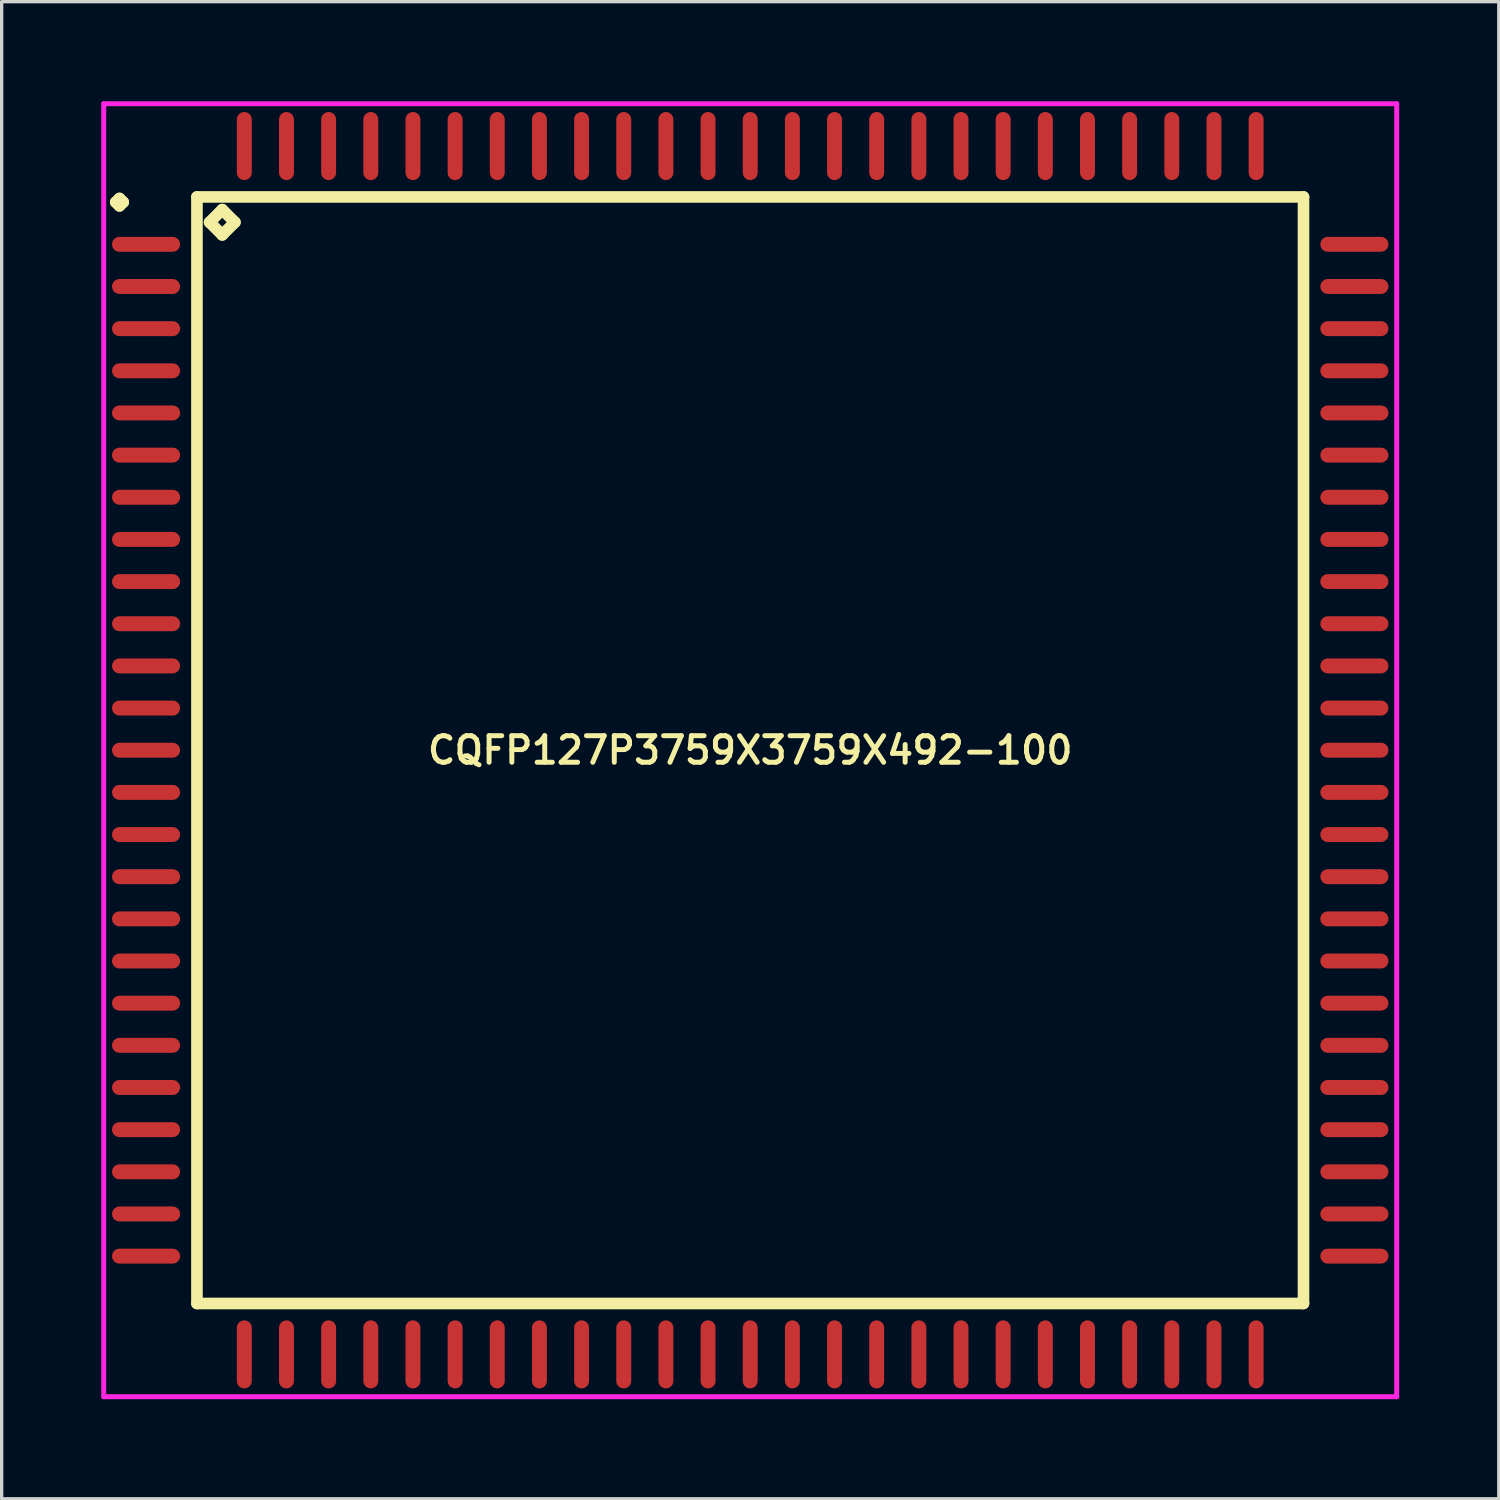
<source format=kicad_pcb>
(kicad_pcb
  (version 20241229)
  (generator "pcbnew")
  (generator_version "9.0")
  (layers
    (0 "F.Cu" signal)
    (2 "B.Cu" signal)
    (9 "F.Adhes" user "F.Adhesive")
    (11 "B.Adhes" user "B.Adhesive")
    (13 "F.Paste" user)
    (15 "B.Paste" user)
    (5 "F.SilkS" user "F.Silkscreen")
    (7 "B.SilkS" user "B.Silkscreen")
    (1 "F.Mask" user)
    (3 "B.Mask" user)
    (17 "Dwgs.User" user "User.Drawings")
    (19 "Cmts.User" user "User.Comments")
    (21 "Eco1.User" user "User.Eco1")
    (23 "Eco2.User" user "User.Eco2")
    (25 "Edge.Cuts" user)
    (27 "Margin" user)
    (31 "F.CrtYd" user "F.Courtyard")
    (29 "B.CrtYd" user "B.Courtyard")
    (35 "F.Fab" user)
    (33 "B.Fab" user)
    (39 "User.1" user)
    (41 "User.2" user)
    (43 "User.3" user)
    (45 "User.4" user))
  (footprint "CQFP127P3759X3759X492-100"
    (layer "F.Cu")
    (at 19.55 19.55)
    (property "Reference" "CQFP127P3759X3759X492-100" (at 0 0 0) (layer "F.SilkS") (effects (font (size 0.8 0.8) (thickness 0.15))))
    (attr smd)
    (fp_line (start -19.113 -16.51) (end -19 -16.622) (stroke (width 0.35) (type solid)) (layer "F.SilkS"))
    (fp_line (start -19 -16.622) (end -18.887 -16.51) (stroke (width 0.35) (type solid)) (layer "F.SilkS"))
    (fp_line (start -19 -16.398) (end -19.113 -16.51) (stroke (width 0.35) (type solid)) (layer "F.SilkS"))
    (fp_line (start -18.887 -16.51) (end -19 -16.398) (stroke (width 0.35) (type solid)) (layer "F.SilkS"))
    (fp_line (start -16.667 -16.667) (end -16.667 16.667) (stroke (width 0.35) (type solid)) (layer "F.SilkS"))
    (fp_line (start -16.667 16.667) (end 16.667 16.667) (stroke (width 0.35) (type solid)) (layer "F.SilkS"))
    (fp_line (start -16.286 -15.905) (end -15.905 -16.286) (stroke (width 0.35) (type solid)) (layer "F.SilkS"))
    (fp_line (start -15.905 -16.286) (end -15.524 -15.905) (stroke (width 0.35) (type solid)) (layer "F.SilkS"))
    (fp_line (start -15.905 -15.524) (end -16.286 -15.905) (stroke (width 0.35) (type solid)) (layer "F.SilkS"))
    (fp_line (start -15.524 -15.905) (end -15.905 -15.524) (stroke (width 0.35) (type solid)) (layer "F.SilkS"))
    (fp_line (start 16.667 -16.667) (end -16.667 -16.667) (stroke (width 0.35) (type solid)) (layer "F.SilkS"))
    (fp_line (start 16.667 16.667) (end 16.667 -16.667) (stroke (width 0.35) (type solid)) (layer "F.SilkS"))
    (fp_line (start -19.475 -19.475) (end 19.475 -19.475) (stroke (width 0.15) (type solid)) (layer "F.CrtYd"))
    (fp_line (start -19.475 19.475) (end -19.475 -19.475) (stroke (width 0.15) (type solid)) (layer "F.CrtYd"))
    (fp_line (start 19.475 -19.475) (end 19.475 19.475) (stroke (width 0.15) (type solid)) (layer "F.CrtYd"))
    (fp_line (start 19.475 19.475) (end -19.475 19.475) (stroke (width 0.15) (type solid)) (layer "F.CrtYd"))
    (pad "1" smd oval (at -18.2 -15.24) (size 2.05 0.45) (layers "F.Cu" "F.Mask" "F.Paste"))
    (pad "2" smd oval (at -18.2 -13.97) (size 2.05 0.45) (layers "F.Cu" "F.Mask" "F.Paste"))
    (pad "3" smd oval (at -18.2 -12.7) (size 2.05 0.45) (layers "F.Cu" "F.Mask" "F.Paste"))
    (pad "4" smd oval (at -18.2 -11.43) (size 2.05 0.45) (layers "F.Cu" "F.Mask" "F.Paste"))
    (pad "5" smd oval (at -18.2 -10.16) (size 2.05 0.45) (layers "F.Cu" "F.Mask" "F.Paste"))
    (pad "6" smd oval (at -18.2 -8.89) (size 2.05 0.45) (layers "F.Cu" "F.Mask" "F.Paste"))
    (pad "7" smd oval (at -18.2 -7.62) (size 2.05 0.45) (layers "F.Cu" "F.Mask" "F.Paste"))
    (pad "8" smd oval (at -18.2 -6.35) (size 2.05 0.45) (layers "F.Cu" "F.Mask" "F.Paste"))
    (pad "9" smd oval (at -18.2 -5.08) (size 2.05 0.45) (layers "F.Cu" "F.Mask" "F.Paste"))
    (pad "10" smd oval (at -18.2 -3.81) (size 2.05 0.45) (layers "F.Cu" "F.Mask" "F.Paste"))
    (pad "11" smd oval (at -18.2 -2.54) (size 2.05 0.45) (layers "F.Cu" "F.Mask" "F.Paste"))
    (pad "12" smd oval (at -18.2 -1.27) (size 2.05 0.45) (layers "F.Cu" "F.Mask" "F.Paste"))
    (pad "13" smd oval (at -18.2 0) (size 2.05 0.45) (layers "F.Cu" "F.Mask" "F.Paste"))
    (pad "14" smd oval (at -18.2 1.27) (size 2.05 0.45) (layers "F.Cu" "F.Mask" "F.Paste"))
    (pad "15" smd oval (at -18.2 2.54) (size 2.05 0.45) (layers "F.Cu" "F.Mask" "F.Paste"))
    (pad "16" smd oval (at -18.2 3.81) (size 2.05 0.45) (layers "F.Cu" "F.Mask" "F.Paste"))
    (pad "17" smd oval (at -18.2 5.08) (size 2.05 0.45) (layers "F.Cu" "F.Mask" "F.Paste"))
    (pad "18" smd oval (at -18.2 6.35) (size 2.05 0.45) (layers "F.Cu" "F.Mask" "F.Paste"))
    (pad "19" smd oval (at -18.2 7.62) (size 2.05 0.45) (layers "F.Cu" "F.Mask" "F.Paste"))
    (pad "20" smd oval (at -18.2 8.89) (size 2.05 0.45) (layers "F.Cu" "F.Mask" "F.Paste"))
    (pad "21" smd oval (at -18.2 10.16) (size 2.05 0.45) (layers "F.Cu" "F.Mask" "F.Paste"))
    (pad "22" smd oval (at -18.2 11.43) (size 2.05 0.45) (layers "F.Cu" "F.Mask" "F.Paste"))
    (pad "23" smd oval (at -18.2 12.7) (size 2.05 0.45) (layers "F.Cu" "F.Mask" "F.Paste"))
    (pad "24" smd oval (at -18.2 13.97) (size 2.05 0.45) (layers "F.Cu" "F.Mask" "F.Paste"))
    (pad "25" smd oval (at -18.2 15.24) (size 2.05 0.45) (layers "F.Cu" "F.Mask" "F.Paste"))
    (pad "26" smd oval (at -15.24 18.2) (size 0.45 2.05) (layers "F.Cu" "F.Mask" "F.Paste"))
    (pad "27" smd oval (at -13.97 18.2) (size 0.45 2.05) (layers "F.Cu" "F.Mask" "F.Paste"))
    (pad "28" smd oval (at -12.7 18.2) (size 0.45 2.05) (layers "F.Cu" "F.Mask" "F.Paste"))
    (pad "29" smd oval (at -11.43 18.2) (size 0.45 2.05) (layers "F.Cu" "F.Mask" "F.Paste"))
    (pad "30" smd oval (at -10.16 18.2) (size 0.45 2.05) (layers "F.Cu" "F.Mask" "F.Paste"))
    (pad "31" smd oval (at -8.89 18.2) (size 0.45 2.05) (layers "F.Cu" "F.Mask" "F.Paste"))
    (pad "32" smd oval (at -7.62 18.2) (size 0.45 2.05) (layers "F.Cu" "F.Mask" "F.Paste"))
    (pad "33" smd oval (at -6.35 18.2) (size 0.45 2.05) (layers "F.Cu" "F.Mask" "F.Paste"))
    (pad "34" smd oval (at -5.08 18.2) (size 0.45 2.05) (layers "F.Cu" "F.Mask" "F.Paste"))
    (pad "35" smd oval (at -3.81 18.2) (size 0.45 2.05) (layers "F.Cu" "F.Mask" "F.Paste"))
    (pad "36" smd oval (at -2.54 18.2) (size 0.45 2.05) (layers "F.Cu" "F.Mask" "F.Paste"))
    (pad "37" smd oval (at -1.27 18.2) (size 0.45 2.05) (layers "F.Cu" "F.Mask" "F.Paste"))
    (pad "38" smd oval (at 0 18.2) (size 0.45 2.05) (layers "F.Cu" "F.Mask" "F.Paste"))
    (pad "39" smd oval (at 1.27 18.2) (size 0.45 2.05) (layers "F.Cu" "F.Mask" "F.Paste"))
    (pad "40" smd oval (at 2.54 18.2) (size 0.45 2.05) (layers "F.Cu" "F.Mask" "F.Paste"))
    (pad "41" smd oval (at 3.81 18.2) (size 0.45 2.05) (layers "F.Cu" "F.Mask" "F.Paste"))
    (pad "42" smd oval (at 5.08 18.2) (size 0.45 2.05) (layers "F.Cu" "F.Mask" "F.Paste"))
    (pad "43" smd oval (at 6.35 18.2) (size 0.45 2.05) (layers "F.Cu" "F.Mask" "F.Paste"))
    (pad "44" smd oval (at 7.62 18.2) (size 0.45 2.05) (layers "F.Cu" "F.Mask" "F.Paste"))
    (pad "45" smd oval (at 8.89 18.2) (size 0.45 2.05) (layers "F.Cu" "F.Mask" "F.Paste"))
    (pad "46" smd oval (at 10.16 18.2) (size 0.45 2.05) (layers "F.Cu" "F.Mask" "F.Paste"))
    (pad "47" smd oval (at 11.43 18.2) (size 0.45 2.05) (layers "F.Cu" "F.Mask" "F.Paste"))
    (pad "48" smd oval (at 12.7 18.2) (size 0.45 2.05) (layers "F.Cu" "F.Mask" "F.Paste"))
    (pad "49" smd oval (at 13.97 18.2) (size 0.45 2.05) (layers "F.Cu" "F.Mask" "F.Paste"))
    (pad "50" smd oval (at 15.24 18.2) (size 0.45 2.05) (layers "F.Cu" "F.Mask" "F.Paste"))
    (pad "51" smd oval (at 18.2 15.24) (size 2.05 0.45) (layers "F.Cu" "F.Mask" "F.Paste"))
    (pad "52" smd oval (at 18.2 13.97) (size 2.05 0.45) (layers "F.Cu" "F.Mask" "F.Paste"))
    (pad "53" smd oval (at 18.2 12.7) (size 2.05 0.45) (layers "F.Cu" "F.Mask" "F.Paste"))
    (pad "54" smd oval (at 18.2 11.43) (size 2.05 0.45) (layers "F.Cu" "F.Mask" "F.Paste"))
    (pad "55" smd oval (at 18.2 10.16) (size 2.05 0.45) (layers "F.Cu" "F.Mask" "F.Paste"))
    (pad "56" smd oval (at 18.2 8.89) (size 2.05 0.45) (layers "F.Cu" "F.Mask" "F.Paste"))
    (pad "57" smd oval (at 18.2 7.62) (size 2.05 0.45) (layers "F.Cu" "F.Mask" "F.Paste"))
    (pad "58" smd oval (at 18.2 6.35) (size 2.05 0.45) (layers "F.Cu" "F.Mask" "F.Paste"))
    (pad "59" smd oval (at 18.2 5.08) (size 2.05 0.45) (layers "F.Cu" "F.Mask" "F.Paste"))
    (pad "60" smd oval (at 18.2 3.81) (size 2.05 0.45) (layers "F.Cu" "F.Mask" "F.Paste"))
    (pad "61" smd oval (at 18.2 2.54) (size 2.05 0.45) (layers "F.Cu" "F.Mask" "F.Paste"))
    (pad "62" smd oval (at 18.2 1.27) (size 2.05 0.45) (layers "F.Cu" "F.Mask" "F.Paste"))
    (pad "63" smd oval (at 18.2 0) (size 2.05 0.45) (layers "F.Cu" "F.Mask" "F.Paste"))
    (pad "64" smd oval (at 18.2 -1.27) (size 2.05 0.45) (layers "F.Cu" "F.Mask" "F.Paste"))
    (pad "65" smd oval (at 18.2 -2.54) (size 2.05 0.45) (layers "F.Cu" "F.Mask" "F.Paste"))
    (pad "66" smd oval (at 18.2 -3.81) (size 2.05 0.45) (layers "F.Cu" "F.Mask" "F.Paste"))
    (pad "67" smd oval (at 18.2 -5.08) (size 2.05 0.45) (layers "F.Cu" "F.Mask" "F.Paste"))
    (pad "68" smd oval (at 18.2 -6.35) (size 2.05 0.45) (layers "F.Cu" "F.Mask" "F.Paste"))
    (pad "69" smd oval (at 18.2 -7.62) (size 2.05 0.45) (layers "F.Cu" "F.Mask" "F.Paste"))
    (pad "70" smd oval (at 18.2 -8.89) (size 2.05 0.45) (layers "F.Cu" "F.Mask" "F.Paste"))
    (pad "71" smd oval (at 18.2 -10.16) (size 2.05 0.45) (layers "F.Cu" "F.Mask" "F.Paste"))
    (pad "72" smd oval (at 18.2 -11.43) (size 2.05 0.45) (layers "F.Cu" "F.Mask" "F.Paste"))
    (pad "73" smd oval (at 18.2 -12.7) (size 2.05 0.45) (layers "F.Cu" "F.Mask" "F.Paste"))
    (pad "74" smd oval (at 18.2 -13.97) (size 2.05 0.45) (layers "F.Cu" "F.Mask" "F.Paste"))
    (pad "75" smd oval (at 18.2 -15.24) (size 2.05 0.45) (layers "F.Cu" "F.Mask" "F.Paste"))
    (pad "76" smd oval (at 15.24 -18.2) (size 0.45 2.05) (layers "F.Cu" "F.Mask" "F.Paste"))
    (pad "77" smd oval (at 13.97 -18.2) (size 0.45 2.05) (layers "F.Cu" "F.Mask" "F.Paste"))
    (pad "78" smd oval (at 12.7 -18.2) (size 0.45 2.05) (layers "F.Cu" "F.Mask" "F.Paste"))
    (pad "79" smd oval (at 11.43 -18.2) (size 0.45 2.05) (layers "F.Cu" "F.Mask" "F.Paste"))
    (pad "80" smd oval (at 10.16 -18.2) (size 0.45 2.05) (layers "F.Cu" "F.Mask" "F.Paste"))
    (pad "81" smd oval (at 8.89 -18.2) (size 0.45 2.05) (layers "F.Cu" "F.Mask" "F.Paste"))
    (pad "82" smd oval (at 7.62 -18.2) (size 0.45 2.05) (layers "F.Cu" "F.Mask" "F.Paste"))
    (pad "83" smd oval (at 6.35 -18.2) (size 0.45 2.05) (layers "F.Cu" "F.Mask" "F.Paste"))
    (pad "84" smd oval (at 5.08 -18.2) (size 0.45 2.05) (layers "F.Cu" "F.Mask" "F.Paste"))
    (pad "85" smd oval (at 3.81 -18.2) (size 0.45 2.05) (layers "F.Cu" "F.Mask" "F.Paste"))
    (pad "86" smd oval (at 2.54 -18.2) (size 0.45 2.05) (layers "F.Cu" "F.Mask" "F.Paste"))
    (pad "87" smd oval (at 1.27 -18.2) (size 0.45 2.05) (layers "F.Cu" "F.Mask" "F.Paste"))
    (pad "88" smd oval (at 0 -18.2) (size 0.45 2.05) (layers "F.Cu" "F.Mask" "F.Paste"))
    (pad "89" smd oval (at -1.27 -18.2) (size 0.45 2.05) (layers "F.Cu" "F.Mask" "F.Paste"))
    (pad "90" smd oval (at -2.54 -18.2) (size 0.45 2.05) (layers "F.Cu" "F.Mask" "F.Paste"))
    (pad "91" smd oval (at -3.81 -18.2) (size 0.45 2.05) (layers "F.Cu" "F.Mask" "F.Paste"))
    (pad "92" smd oval (at -5.08 -18.2) (size 0.45 2.05) (layers "F.Cu" "F.Mask" "F.Paste"))
    (pad "93" smd oval (at -6.35 -18.2) (size 0.45 2.05) (layers "F.Cu" "F.Mask" "F.Paste"))
    (pad "94" smd oval (at -7.62 -18.2) (size 0.45 2.05) (layers "F.Cu" "F.Mask" "F.Paste"))
    (pad "95" smd oval (at -8.89 -18.2) (size 0.45 2.05) (layers "F.Cu" "F.Mask" "F.Paste"))
    (pad "96" smd oval (at -10.16 -18.2) (size 0.45 2.05) (layers "F.Cu" "F.Mask" "F.Paste"))
    (pad "97" smd oval (at -11.43 -18.2) (size 0.45 2.05) (layers "F.Cu" "F.Mask" "F.Paste"))
    (pad "98" smd oval (at -12.7 -18.2) (size 0.45 2.05) (layers "F.Cu" "F.Mask" "F.Paste"))
    (pad "99" smd oval (at -13.97 -18.2) (size 0.45 2.05) (layers "F.Cu" "F.Mask" "F.Paste"))
    (pad "100" smd oval (at -15.24 -18.2) (size 0.45 2.05) (layers "F.Cu" "F.Mask" "F.Paste")))
  (gr_rect
    (start -3 -3)
    (end 42.1 42.1)
    (stroke (width 0.1) (type default))
    (fill no)
    (layer "Edge.Cuts")))
</source>
